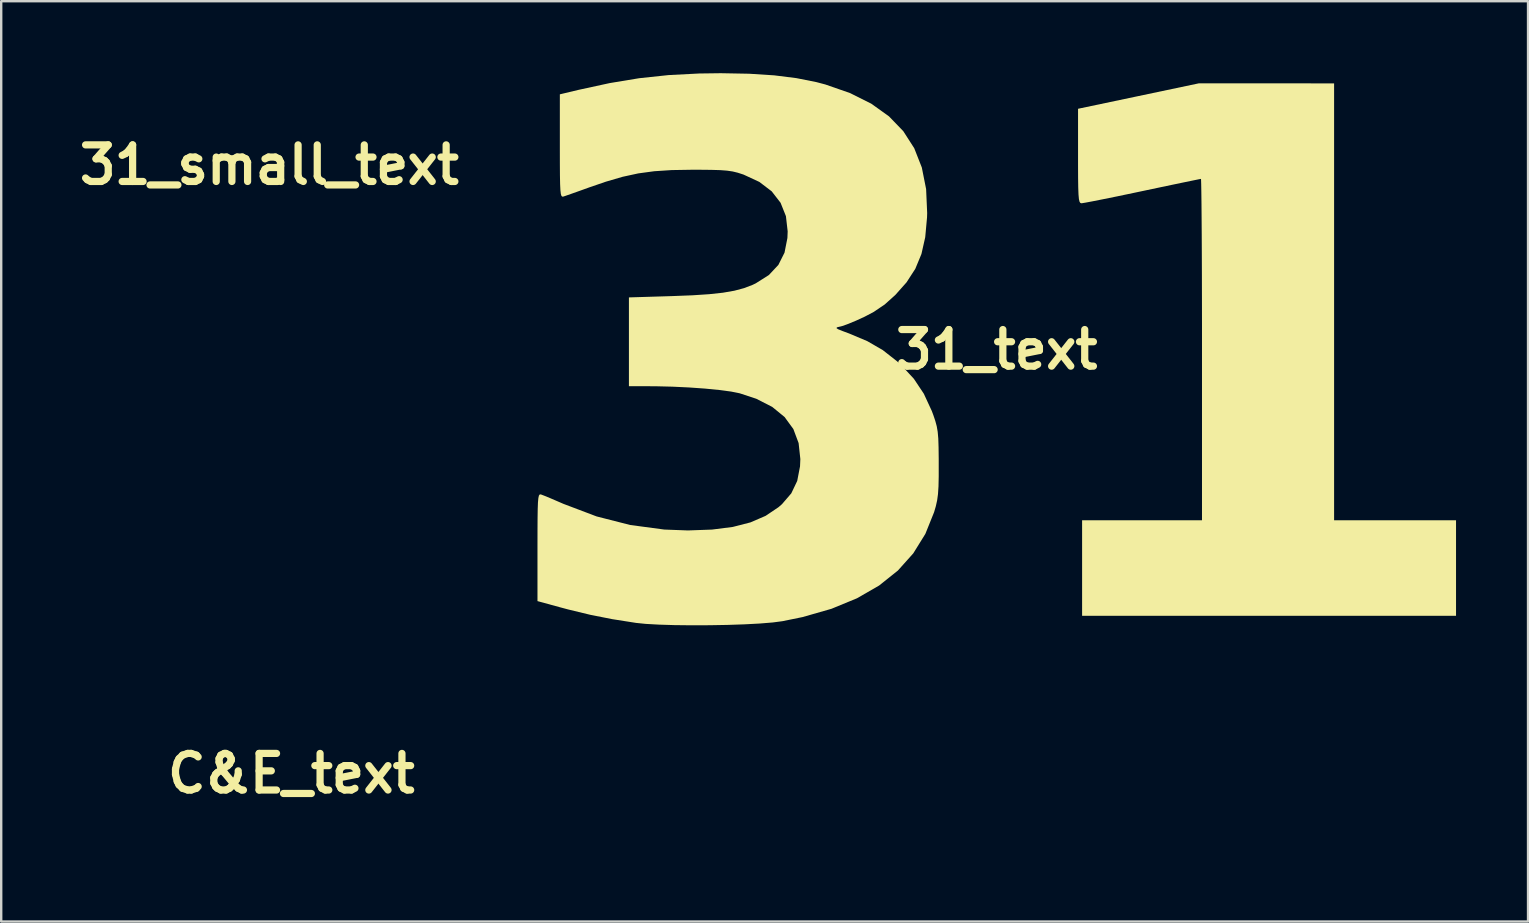
<source format=kicad_pcb>
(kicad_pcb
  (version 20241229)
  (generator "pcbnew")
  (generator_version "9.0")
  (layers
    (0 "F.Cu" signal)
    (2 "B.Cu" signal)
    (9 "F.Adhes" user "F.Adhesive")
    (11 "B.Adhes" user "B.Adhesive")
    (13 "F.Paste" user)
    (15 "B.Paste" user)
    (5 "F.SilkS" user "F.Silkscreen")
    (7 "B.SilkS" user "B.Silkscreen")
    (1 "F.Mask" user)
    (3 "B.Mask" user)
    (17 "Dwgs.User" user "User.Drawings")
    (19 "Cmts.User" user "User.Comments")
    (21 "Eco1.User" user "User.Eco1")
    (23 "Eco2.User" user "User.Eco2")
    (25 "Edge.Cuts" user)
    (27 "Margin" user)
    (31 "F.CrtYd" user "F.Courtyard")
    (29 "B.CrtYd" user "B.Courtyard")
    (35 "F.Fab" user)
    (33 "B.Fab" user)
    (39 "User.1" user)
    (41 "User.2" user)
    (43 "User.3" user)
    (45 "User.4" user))
  (footprint "31_small_text"
    (layer "F.Cu")
    (at 8.172 3.821)
    (property "Reference" "31_small_text" (at 0 0 0) (layer "F.SilkS") (effects (font (size 1.524 1.524) (thickness 0.3))))
    (attr board_only exclude_from_pos_files exclude_from_bom)
    (fp_poly (pts (xy 3.73 -3.681) (xy 4.664 -3.681) (xy 4.664 2.36) (xy 6.35 2.36) (xy 6.35 3.681) (xy 1.18 3.681) (xy 1.18 2.36) (xy 2.838 2.36) (xy 2.838 0) (xy 2.838 -0.359) (xy 2.837 -0.701) (xy 2.836 -1.022) (xy 2.835 -1.319) (xy 2.834 -1.587) (xy 2.833 -1.822) (xy 2.831 -2.019) (xy 2.829 -2.176) (xy 2.827 -2.287) (xy 2.825 -2.349) (xy 2.823 -2.36) (xy 2.793 -2.355) (xy 2.715 -2.339) (xy 2.596 -2.314) (xy 2.443 -2.282) (xy 2.263 -2.244) (xy 2.063 -2.202) (xy 2.014 -2.192) (xy 1.808 -2.148) (xy 1.619 -2.109) (xy 1.454 -2.076) (xy 1.32 -2.049) (xy 1.224 -2.031) (xy 1.175 -2.023) (xy 1.171 -2.023) (xy 1.156 -2.027) (xy 1.145 -2.044) (xy 1.136 -2.081) (xy 1.13 -2.144) (xy 1.127 -2.24) (xy 1.125 -2.375) (xy 1.124 -2.556) (xy 1.124 -2.676) (xy 1.124 -3.33) (xy 2.796 -3.682)) (stroke (width 0) (type solid)) (fill yes) (layer "F.Mask"))
    (fp_poly (pts (xy -3.423 -3.814) (xy -3.077 -3.792) (xy -2.771 -3.753) (xy -2.495 -3.699) (xy -2.37 -3.666) (xy -2.029 -3.547) (xy -1.735 -3.4) (xy -1.49 -3.225) (xy -1.292 -3.02) (xy -1.141 -2.784) (xy -1.036 -2.518) (xy -0.977 -2.219) (xy -0.962 -1.888) (xy -0.964 -1.826) (xy -0.989 -1.554) (xy -1.041 -1.321) (xy -1.126 -1.117) (xy -1.247 -0.93) (xy -1.402 -0.756) (xy -1.549 -0.623) (xy -1.703 -0.52) (xy -1.827 -0.454) (xy -1.944 -0.4) (xy -2.053 -0.355) (xy -2.137 -0.326) (xy -2.161 -0.319) (xy -2.205 -0.309) (xy -2.218 -0.298) (xy -2.195 -0.282) (xy -2.13 -0.256) (xy -2.04 -0.222) (xy -1.79 -0.117) (xy -1.576 0.007) (xy -1.379 0.161) (xy -1.323 0.212) (xy -1.146 0.404) (xy -1.008 0.61) (xy -0.898 0.849) (xy -0.878 0.904) (xy -0.85 0.986) (xy -0.83 1.059) (xy -0.817 1.136) (xy -0.809 1.229) (xy -0.804 1.35) (xy -0.803 1.51) (xy -0.802 1.573) (xy -0.803 1.754) (xy -0.806 1.891) (xy -0.812 1.998) (xy -0.824 2.085) (xy -0.843 2.166) (xy -0.866 2.248) (xy -0.987 2.548) (xy -1.154 2.817) (xy -1.367 3.055) (xy -1.626 3.262) (xy -1.932 3.438) (xy -2.285 3.584) (xy -2.684 3.698) (xy -2.963 3.755) (xy -3.097 3.773) (xy -3.276 3.787) (xy -3.489 3.799) (xy -3.724 3.807) (xy -3.971 3.811) (xy -4.219 3.812) (xy -4.456 3.809) (xy -4.672 3.803) (xy -4.855 3.792) (xy -4.987 3.779) (xy -5.316 3.727) (xy -5.618 3.667) (xy -5.924 3.593) (xy -6.034 3.564) (xy -6.35 3.478) (xy -6.35 2.733) (xy -6.35 2.509) (xy -6.349 2.335) (xy -6.347 2.206) (xy -6.343 2.114) (xy -6.338 2.053) (xy -6.33 2.019) (xy -6.32 2.004) (xy -6.306 2.002) (xy -6.301 2.003) (xy -6.255 2.021) (xy -6.172 2.055) (xy -6.064 2.101) (xy -5.991 2.133) (xy -5.532 2.307) (xy -5.069 2.425) (xy -4.598 2.488) (xy -4.27 2.501) (xy -3.937 2.489) (xy -3.65 2.452) (xy -3.405 2.389) (xy -3.196 2.299) (xy -3.018 2.179) (xy -2.969 2.137) (xy -2.841 1.988) (xy -2.759 1.816) (xy -2.72 1.614) (xy -2.716 1.514) (xy -2.739 1.293) (xy -2.812 1.099) (xy -2.934 0.932) (xy -3.105 0.793) (xy -3.325 0.68) (xy -3.554 0.604) (xy -3.673 0.58) (xy -3.837 0.558) (xy -4.034 0.539) (xy -4.253 0.524) (xy -4.483 0.513) (xy -4.712 0.507) (xy -4.77 0.507) (xy -5.086 0.506) (xy -5.086 -0.722) (xy -4.486 -0.74) (xy -4.207 -0.751) (xy -3.976 -0.766) (xy -3.786 -0.787) (xy -3.628 -0.814) (xy -3.495 -0.85) (xy -3.378 -0.894) (xy -3.333 -0.916) (xy -3.151 -1.03) (xy -3.019 -1.171) (xy -2.934 -1.341) (xy -2.894 -1.543) (xy -2.891 -1.634) (xy -2.915 -1.845) (xy -2.989 -2.03) (xy -3.112 -2.188) (xy -3.282 -2.318) (xy -3.5 -2.419) (xy -3.512 -2.423) (xy -3.583 -2.446) (xy -3.652 -2.463) (xy -3.728 -2.474) (xy -3.824 -2.481) (xy -3.949 -2.485) (xy -4.115 -2.486) (xy -4.215 -2.487) (xy -4.494 -2.482) (xy -4.736 -2.466) (xy -4.956 -2.436) (xy -5.173 -2.389) (xy -5.404 -2.322) (xy -5.632 -2.243) (xy -5.759 -2.198) (xy -5.87 -2.158) (xy -5.952 -2.129) (xy -5.992 -2.116) (xy -6.007 -2.115) (xy -6.018 -2.125) (xy -6.027 -2.153) (xy -6.033 -2.205) (xy -6.037 -2.288) (xy -6.04 -2.407) (xy -6.041 -2.569) (xy -6.041 -2.78) (xy -6.041 -2.815) (xy -6.041 -3.529) (xy -5.781 -3.591) (xy -5.35 -3.685) (xy -4.942 -3.752) (xy -4.537 -3.796) (xy -4.113 -3.817) (xy -3.816 -3.821)) (stroke (width 0) (type solid)) (fill yes) (layer "F.Mask")))
  (footprint "C&E_text"
    (layer "F.Cu")
    (at 9.088 29.175)
    (property "Reference" "C&E_text" (at 0 0 0) (layer "F.SilkS") (effects (font (size 1.524 1.524) (thickness 0.3))))
    (attr board_only exclude_from_pos_files exclude_from_bom)
    (fp_poly (pts (xy 9.035 -1.868) (xy 6.35 -1.868) (xy 6.35 -0.724) (xy 8.871 -0.724) (xy 8.871 0.467) (xy 6.35 0.467) (xy 6.35 1.868) (xy 9.128 1.868) (xy 9.128 3.058) (xy 4.763 3.058) (xy 4.763 -3.058) (xy 9.035 -3.058)) (stroke (width 0) (type solid)) (fill yes) (layer "F.Mask"))
    (fp_poly (pts (xy -5.625 -3.171) (xy -5.408 -3.162) (xy -5.206 -3.147) (xy -5.03 -3.126) (xy -4.917 -3.106) (xy -4.687 -3.049) (xy -4.445 -2.974) (xy -4.211 -2.89) (xy -4.033 -2.815) (xy -3.852 -2.733) (xy -3.852 -2.09) (xy -3.853 -1.888) (xy -3.855 -1.72) (xy -3.859 -1.59) (xy -3.864 -1.501) (xy -3.871 -1.454) (xy -3.875 -1.447) (xy -3.905 -1.459) (xy -3.962 -1.49) (xy -4.028 -1.531) (xy -4.308 -1.69) (xy -4.605 -1.822) (xy -4.907 -1.922) (xy -5.147 -1.976) (xy -5.304 -1.996) (xy -5.482 -2.005) (xy -5.67 -2.005) (xy -5.856 -1.996) (xy -6.025 -1.979) (xy -6.167 -1.953) (xy -6.222 -1.938) (xy -6.485 -1.832) (xy -6.717 -1.691) (xy -6.917 -1.516) (xy -7.087 -1.306) (xy -7.225 -1.065) (xy -7.32 -0.818) (xy -7.387 -0.543) (xy -7.426 -0.251) (xy -7.435 0.05) (xy -7.416 0.349) (xy -7.368 0.638) (xy -7.291 0.907) (xy -7.227 1.062) (xy -7.09 1.305) (xy -6.92 1.515) (xy -6.719 1.69) (xy -6.485 1.831) (xy -6.222 1.938) (xy -6.097 1.968) (xy -5.939 1.989) (xy -5.759 2.002) (xy -5.571 2.006) (xy -5.387 2.001) (xy -5.218 1.987) (xy -5.148 1.976) (xy -4.832 1.903) (xy -4.527 1.793) (xy -4.221 1.643) (xy -4.099 1.573) (xy -4.011 1.521) (xy -3.938 1.479) (xy -3.888 1.453) (xy -3.872 1.447) (xy -3.867 1.47) (xy -3.862 1.533) (xy -3.858 1.631) (xy -3.855 1.757) (xy -3.853 1.907) (xy -3.852 2.073) (xy -3.852 2.09) (xy -3.852 2.733) (xy -4.033 2.815) (xy -4.243 2.902) (xy -4.479 2.985) (xy -4.72 3.058) (xy -4.917 3.106) (xy -5.043 3.127) (xy -5.204 3.144) (xy -5.391 3.157) (xy -5.594 3.165) (xy -5.802 3.169) (xy -6.004 3.169) (xy -6.191 3.163) (xy -6.352 3.152) (xy -6.455 3.139) (xy -6.849 3.057) (xy -7.209 2.944) (xy -7.539 2.798) (xy -7.841 2.617) (xy -8.117 2.402) (xy -8.232 2.295) (xy -8.468 2.03) (xy -8.666 1.738) (xy -8.827 1.419) (xy -8.949 1.073) (xy -9.033 0.7) (xy -9.079 0.301) (xy -9.088 -0.124) (xy -9.059 -0.528) (xy -8.991 -0.908) (xy -8.885 -1.265) (xy -8.743 -1.595) (xy -8.563 -1.899) (xy -8.346 -2.175) (xy -8.232 -2.295) (xy -7.969 -2.525) (xy -7.684 -2.719) (xy -7.372 -2.878) (xy -7.031 -3.005) (xy -6.659 -3.099) (xy -6.413 -3.142) (xy -6.251 -3.159) (xy -6.058 -3.17) (xy -5.845 -3.173)) (stroke (width 0) (type solid)) (fill yes) (layer "F.Mask"))
    (fp_poly (pts (xy 0.008 -3.171) (xy 0.14 -3.168) (xy 0.373 -3.16) (xy 0.574 -3.148) (xy 0.759 -3.128) (xy 0.943 -3.101) (xy 1.141 -3.062) (xy 1.337 -3.02) (xy 1.611 -2.957) (xy 1.611 -2.377) (xy 1.61 -2.218) (xy 1.609 -2.076) (xy 1.607 -1.957) (xy 1.604 -1.866) (xy 1.6 -1.812) (xy 1.597 -1.798) (xy 1.571 -1.806) (xy 1.513 -1.83) (xy 1.434 -1.863) (xy 1.405 -1.876) (xy 1.106 -1.994) (xy 0.828 -2.077) (xy 0.562 -2.127) (xy 0.299 -2.145) (xy 0.191 -2.144) (xy 0.018 -2.133) (xy -0.117 -2.108) (xy -0.223 -2.069) (xy -0.307 -2.011) (xy -0.368 -1.943) (xy -0.417 -1.844) (xy -0.435 -1.722) (xy -0.422 -1.592) (xy -0.379 -1.469) (xy -0.357 -1.426) (xy -0.331 -1.381) (xy -0.299 -1.332) (xy -0.259 -1.277) (xy -0.207 -1.211) (xy -0.143 -1.133) (xy -0.062 -1.039) (xy 0.036 -0.926) (xy 0.156 -0.791) (xy 0.299 -0.632) (xy 0.468 -0.446) (xy 0.665 -0.228) (xy 0.736 -0.15) (xy 1.619 0.822) (xy 1.661 0.767) (xy 1.739 0.647) (xy 1.816 0.492) (xy 1.887 0.313) (xy 1.951 0.122) (xy 2.001 -0.07) (xy 2.034 -0.251) (xy 2.042 -0.315) (xy 2.051 -0.408) (xy 2.062 -0.491) (xy 2.069 -0.543) (xy 2.081 -0.607) (xy 3.362 -0.607) (xy 3.362 -0.537) (xy 3.358 -0.483) (xy 3.349 -0.398) (xy 3.336 -0.295) (xy 3.327 -0.237) (xy 3.245 0.189) (xy 3.132 0.581) (xy 2.988 0.94) (xy 2.812 1.267) (xy 2.603 1.563) (xy 2.591 1.578) (xy 2.457 1.743) (xy 3.052 2.395) (xy 3.648 3.047) (xy 2.764 3.053) (xy 1.879 3.06) (xy 1.809 2.982) (xy 1.758 2.926) (xy 1.69 2.85) (xy 1.619 2.773) (xy 1.618 2.771) (xy 1.496 2.637) (xy 1.291 2.753) (xy 1.002 2.896) (xy 0.686 3.016) (xy 0.397 3.098) (xy 0.305 3.119) (xy 0.219 3.134) (xy 0.129 3.146) (xy 0.026 3.154) (xy -0.1 3.159) (xy -0.259 3.163) (xy -0.339 3.165) (xy -0.56 3.167) (xy -0.74 3.164) (xy -0.881 3.157) (xy -0.99 3.144) (xy -1.006 3.142) (xy -1.342 3.062) (xy -1.651 2.946) (xy -1.931 2.795) (xy -2.181 2.61) (xy -2.4 2.392) (xy -2.524 2.233) (xy -2.653 2.012) (xy -2.75 1.764) (xy -2.814 1.496) (xy -2.842 1.22) (xy -2.84 1.06) (xy -1.397 1.06) (xy -1.362 1.261) (xy -1.291 1.454) (xy -1.184 1.631) (xy -1.044 1.789) (xy -0.872 1.921) (xy -0.672 2.024) (xy -0.608 2.048) (xy -0.471 2.081) (xy -0.307 2.098) (xy -0.133 2.101) (xy 0.033 2.088) (xy 0.152 2.065) (xy 0.275 2.025) (xy 0.406 1.971) (xy 0.528 1.909) (xy 0.626 1.847) (xy 0.639 1.837) (xy 0.705 1.784) (xy -0.082 0.916) (xy -0.236 0.746) (xy -0.382 0.587) (xy -0.515 0.442) (xy -0.632 0.315) (xy -0.731 0.209) (xy -0.809 0.126) (xy -0.862 0.072) (xy -0.888 0.048) (xy -0.89 0.047) (xy -0.922 0.064) (xy -0.974 0.109) (xy -1.039 0.175) (xy -1.108 0.252) (xy -1.174 0.331) (xy -1.229 0.404) (xy -1.256 0.447) (xy -1.346 0.647) (xy -1.392 0.853) (xy -1.397 1.06) (xy -2.84 1.06) (xy -2.84 1.039) (xy -2.804 0.74) (xy -2.734 0.467) (xy -2.625 0.215) (xy -2.476 -0.022) (xy -2.284 -0.25) (xy -2.215 -0.32) (xy -2.133 -0.396) (xy -2.035 -0.483) (xy -1.93 -0.572) (xy -1.826 -0.656) (xy -1.734 -0.727) (xy -1.662 -0.777) (xy -1.639 -0.792) (xy -1.628 -0.81) (xy -1.637 -0.846) (xy -1.671 -0.907) (xy -1.702 -0.956) (xy -1.821 -1.182) (xy -1.897 -1.42) (xy -1.929 -1.665) (xy -1.917 -1.896) (xy -1.86 -2.144) (xy -1.764 -2.368) (xy -1.63 -2.568) (xy -1.457 -2.742) (xy -1.248 -2.89) (xy -1.004 -3.01) (xy -0.725 -3.101) (xy -0.544 -3.142) (xy -0.459 -3.156) (xy -0.37 -3.165) (xy -0.269 -3.171) (xy -0.146 -3.173)) (stroke (width 0) (type solid)) (fill yes) (layer "F.Mask")))
  (footprint "31_text"
    (layer "F.Cu")
    (at 38.478 11.515)
    (property "Reference" "31_text" (at 0 0 0) (layer "F.SilkS") (effects (font (size 1.524 1.524) (thickness 0.3))))
    (attr board_only exclude_from_pos_files exclude_from_bom)
    (fp_poly (pts (xy 11.239 -11.093) (xy 14.055 -11.091) (xy 14.055 7.112) (xy 19.135 7.112) (xy 19.135 11.091) (xy 3.556 11.091) (xy 3.556 7.112) (xy 8.551 7.112) (xy 8.551 0) (xy 8.551 -1.081) (xy 8.549 -2.112) (xy 8.547 -3.081) (xy 8.544 -3.975) (xy 8.54 -4.782) (xy 8.535 -5.489) (xy 8.53 -6.085) (xy 8.524 -6.556) (xy 8.518 -6.891) (xy 8.512 -7.077) (xy 8.508 -7.112) (xy 8.417 -7.095) (xy 8.181 -7.047) (xy 7.822 -6.973) (xy 7.361 -6.877) (xy 6.819 -6.763) (xy 6.217 -6.636) (xy 6.067 -6.604) (xy 5.448 -6.474) (xy 4.878 -6.356) (xy 4.381 -6.255) (xy 3.977 -6.175) (xy 3.689 -6.121) (xy 3.541 -6.097) (xy 3.529 -6.096) (xy 3.483 -6.109) (xy 3.449 -6.161) (xy 3.423 -6.271) (xy 3.406 -6.461) (xy 3.395 -6.749) (xy 3.389 -7.156) (xy 3.387 -7.702) (xy 3.387 -8.065) (xy 3.387 -10.033) (xy 5.905 -10.563) (xy 8.424 -11.094)) (stroke (width 0) (type solid)) (fill yes) (layer "F.SilkS"))
    (fp_poly (pts (xy -10.315 -11.493) (xy -9.273 -11.426) (xy -8.349 -11.31) (xy -7.518 -11.145) (xy -7.143 -11.046) (xy -6.113 -10.688) (xy -5.229 -10.246) (xy -4.49 -9.717) (xy -3.894 -9.1) (xy -3.438 -8.39) (xy -3.122 -7.587) (xy -2.943 -6.687) (xy -2.899 -5.689) (xy -2.905 -5.503) (xy -2.98 -4.682) (xy -3.138 -3.982) (xy -3.393 -3.366) (xy -3.759 -2.801) (xy -4.225 -2.277) (xy -4.668 -1.879) (xy -5.132 -1.566) (xy -5.506 -1.369) (xy -5.859 -1.207) (xy -6.187 -1.071) (xy -6.439 -0.981) (xy -6.512 -0.962) (xy -6.643 -0.932) (xy -6.683 -0.899) (xy -6.615 -0.85) (xy -6.42 -0.771) (xy -6.148 -0.67) (xy -5.394 -0.352) (xy -4.749 0.021) (xy -4.156 0.486) (xy -3.988 0.64) (xy -3.454 1.216) (xy -3.039 1.838) (xy -2.706 2.558) (xy -2.644 2.723) (xy -2.561 2.97) (xy -2.501 3.191) (xy -2.461 3.423) (xy -2.436 3.703) (xy -2.424 4.067) (xy -2.418 4.552) (xy -2.418 4.741) (xy -2.418 5.286) (xy -2.427 5.7) (xy -2.448 6.019) (xy -2.484 6.283) (xy -2.539 6.528) (xy -2.61 6.773) (xy -2.975 7.679) (xy -3.478 8.49) (xy -4.12 9.207) (xy -4.901 9.83) (xy -5.822 10.361) (xy -6.885 10.799) (xy -8.089 11.144) (xy -8.93 11.316) (xy -9.333 11.369) (xy -9.872 11.413) (xy -10.513 11.447) (xy -11.222 11.471) (xy -11.967 11.484) (xy -12.714 11.487) (xy -13.429 11.479) (xy -14.078 11.459) (xy -14.629 11.428) (xy -15.028 11.387) (xy -16.019 11.231) (xy -16.93 11.051) (xy -17.852 10.828) (xy -18.182 10.74) (xy -19.135 10.479) (xy -19.135 8.235) (xy -19.134 7.561) (xy -19.131 7.037) (xy -19.125 6.646) (xy -19.115 6.369) (xy -19.098 6.187) (xy -19.075 6.083) (xy -19.043 6.038) (xy -19.002 6.033) (xy -18.986 6.037) (xy -18.849 6.089) (xy -18.597 6.193) (xy -18.274 6.332) (xy -18.052 6.428) (xy -16.671 6.951) (xy -15.276 7.307) (xy -13.854 7.498) (xy -12.866 7.535) (xy -11.863 7.499) (xy -10.999 7.389) (xy -10.26 7.199) (xy -9.63 6.927) (xy -9.094 6.567) (xy -8.948 6.44) (xy -8.56 5.989) (xy -8.313 5.471) (xy -8.196 4.864) (xy -8.183 4.562) (xy -8.255 3.896) (xy -8.474 3.311) (xy -8.84 2.809) (xy -9.355 2.388) (xy -10.018 2.049) (xy -10.71 1.821) (xy -11.068 1.749) (xy -11.562 1.683) (xy -12.155 1.625) (xy -12.815 1.578) (xy -13.508 1.545) (xy -14.197 1.528) (xy -14.372 1.527) (xy -15.325 1.524) (xy -15.325 -2.174) (xy -13.517 -2.229) (xy -12.676 -2.262) (xy -11.981 -2.308) (xy -11.408 -2.37) (xy -10.932 -2.453) (xy -10.531 -2.56) (xy -10.179 -2.694) (xy -10.043 -2.759) (xy -9.496 -3.105) (xy -9.098 -3.529) (xy -8.842 -4.04) (xy -8.722 -4.648) (xy -8.711 -4.924) (xy -8.784 -5.56) (xy -9.007 -6.117) (xy -9.376 -6.593) (xy -9.89 -6.985) (xy -10.545 -7.289) (xy -10.583 -7.302) (xy -10.797 -7.371) (xy -11.004 -7.421) (xy -11.235 -7.455) (xy -11.524 -7.477) (xy -11.901 -7.488) (xy -12.4 -7.493) (xy -12.7 -7.493) (xy -13.543 -7.479) (xy -14.271 -7.431) (xy -14.935 -7.341) (xy -15.588 -7.199) (xy -16.283 -6.996) (xy -16.971 -6.76) (xy -17.354 -6.622) (xy -17.689 -6.503) (xy -17.937 -6.416) (xy -18.055 -6.376) (xy -18.101 -6.372) (xy -18.136 -6.402) (xy -18.162 -6.487) (xy -18.18 -6.644) (xy -18.192 -6.893) (xy -18.199 -7.252) (xy -18.202 -7.741) (xy -18.203 -8.377) (xy -18.203 -8.482) (xy -18.203 -10.635) (xy -17.42 -10.822) (xy -16.121 -11.104) (xy -14.893 -11.307) (xy -13.671 -11.437) (xy -12.394 -11.503) (xy -11.498 -11.515)) (stroke (width 0) (type solid)) (fill yes) (layer "F.SilkS")))
  (gr_rect
    (start -3 -3)
    (end 60.613 35.345)
    (stroke (width 0.1) (type default))
    (fill no)
    (layer "Edge.Cuts")))
</source>
